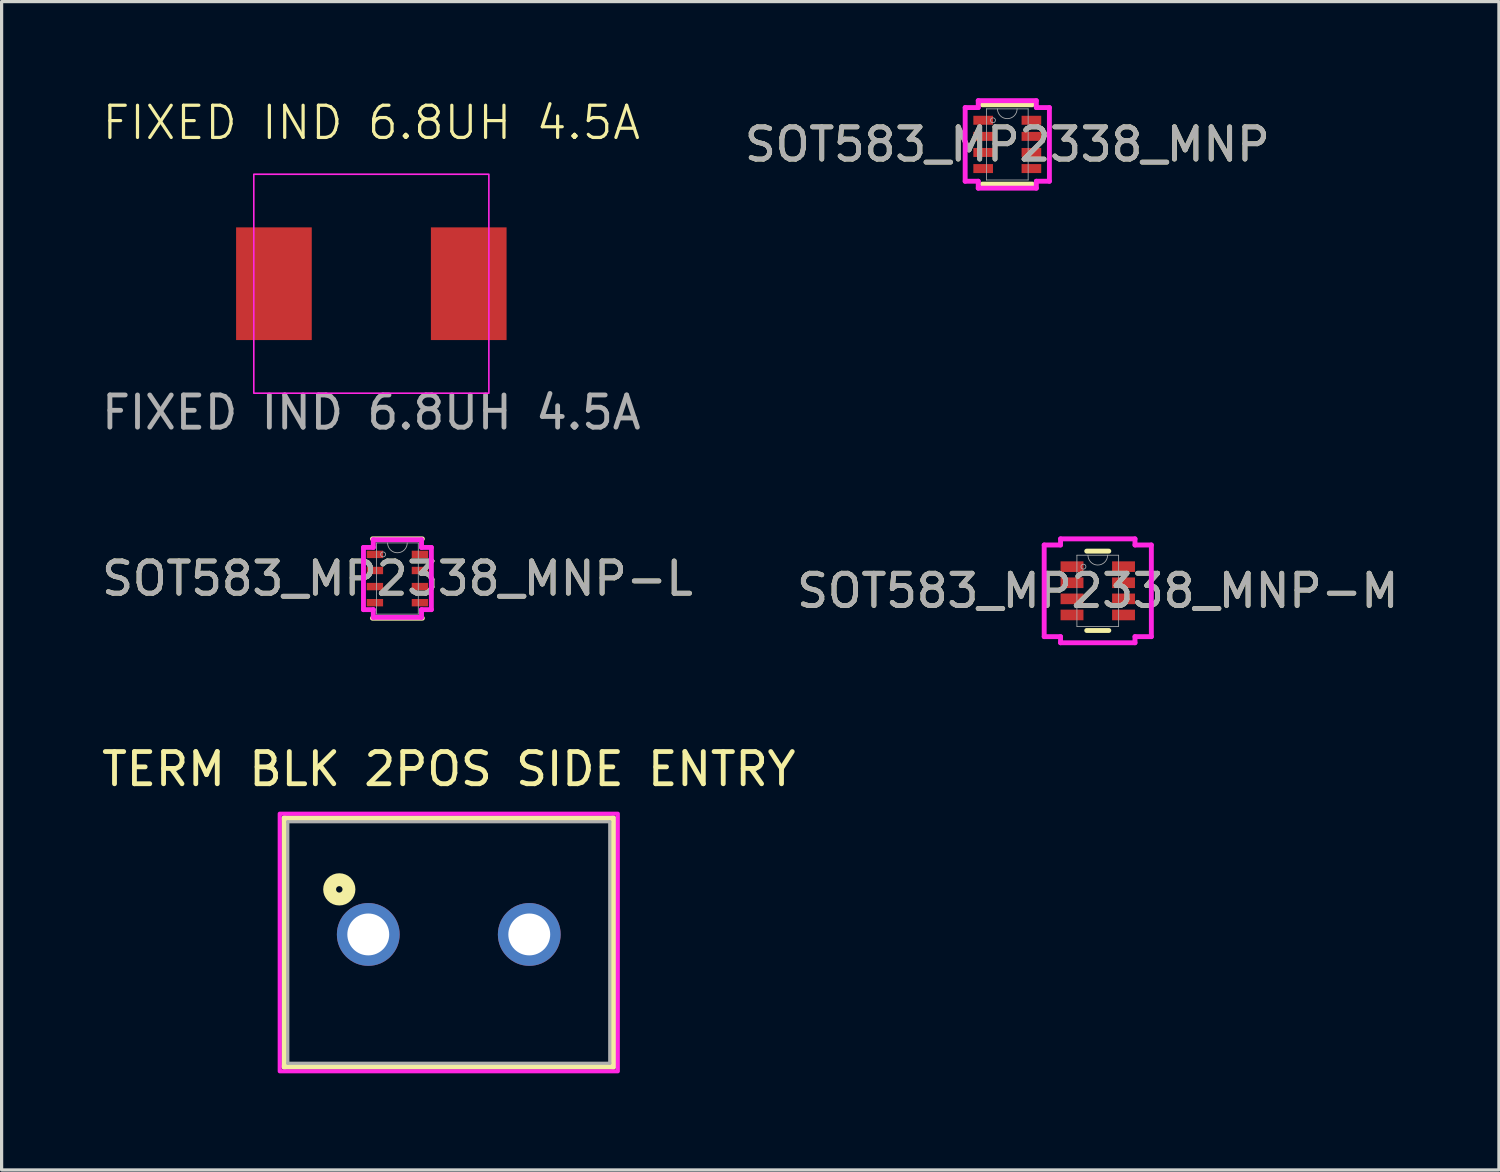
<source format=kicad_pcb>
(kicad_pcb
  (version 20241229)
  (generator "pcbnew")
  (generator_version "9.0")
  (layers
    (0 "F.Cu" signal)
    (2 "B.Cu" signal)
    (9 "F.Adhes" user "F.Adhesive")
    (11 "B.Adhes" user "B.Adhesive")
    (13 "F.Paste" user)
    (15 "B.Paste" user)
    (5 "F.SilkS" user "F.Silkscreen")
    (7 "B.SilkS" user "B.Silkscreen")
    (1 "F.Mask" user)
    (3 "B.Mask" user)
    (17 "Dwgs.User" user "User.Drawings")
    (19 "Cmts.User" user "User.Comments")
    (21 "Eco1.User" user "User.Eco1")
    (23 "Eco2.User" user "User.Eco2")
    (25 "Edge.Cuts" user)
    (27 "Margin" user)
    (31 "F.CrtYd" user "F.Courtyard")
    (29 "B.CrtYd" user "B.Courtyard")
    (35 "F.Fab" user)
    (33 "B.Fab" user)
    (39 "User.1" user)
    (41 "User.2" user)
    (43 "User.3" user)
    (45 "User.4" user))
  (footprint "TERM BLK 2POS SIDE ENTRY"
    (layer "F.Cu")
    (at 10.887 25.97)
    (property "Reference" "TERM BLK 2POS SIDE ENTRY" (at 0 -5.135 0) (layer "F.SilkS") (effects (font (size 1 1) (thickness 0.15))))
    (attr through_hole)
    (fp_line (start -5.1 -3.6) (end 5.1 -3.6) (stroke (width 0.2) (type solid)) (layer "F.SilkS"))
    (fp_line (start -5.1 4.1) (end -5.1 -3.6) (stroke (width 0.2) (type solid)) (layer "F.SilkS"))
    (fp_line (start 5.1 -3.6) (end 5.1 4.1) (stroke (width 0.2) (type solid)) (layer "F.SilkS"))
    (fp_line (start 5.1 4.1) (end -5.1 4.1) (stroke (width 0.2) (type solid)) (layer "F.SilkS"))
    (fp_circle (center -3.4 -1.4) (end -3.3 -1.4) (stroke (width 0.4) (type solid)) (fill no) (layer "F.SilkS"))
    (fp_poly (pts (xy -5.25 -3.75) (xy 5.25 -3.75) (xy 5.25 4.25) (xy -5.25 4.25)) (stroke (width 0.127) (type solid)) (fill no) (layer "F.CrtYd"))
    (fp_line (start -5 -3.5) (end 5 -3.5) (stroke (width 0.1) (type solid)) (layer "F.Fab"))
    (fp_line (start -5 4) (end -5 -3.5) (stroke (width 0.1) (type solid)) (layer "F.Fab"))
    (fp_line (start 5 -3.5) (end 5 4) (stroke (width 0.1) (type solid)) (layer "F.Fab"))
    (fp_line (start 5 4) (end -5 4) (stroke (width 0.1) (type solid)) (layer "F.Fab"))
    (pad "1" thru_hole circle (at -2.5 0) (size 1.95 1.95) (drill 1.3) (layers "*.Cu" "*.Mask"))
    (pad "2" thru_hole circle (at 2.5 0) (size 1.95 1.95) (drill 1.3) (layers "*.Cu" "*.Mask")))
  (footprint "SOT583_MP2338_MNP"
    (layer "F.Cu")
    (at 28.232 1.435)
    (property "Reference" "SOT583_MP2338_MNP" (at 0 0 0) (unlocked yes) (layer "F.SilkS") (effects (font (size 1 1) (thickness 0.15))))
    (attr smd)
    (fp_line (start -0.775 1.232) (end 0.775 1.232) (stroke (width 0.152) (type solid)) (layer "F.SilkS"))
    (fp_line (start 0.775 -1.232) (end -0.775 -1.232) (stroke (width 0.152) (type solid)) (layer "F.SilkS"))
    (fp_line (start -1.308 -1.144) (end -0.902 -1.144) (stroke (width 0.152) (type solid)) (layer "F.CrtYd"))
    (fp_line (start -1.308 1.144) (end -1.308 -1.144) (stroke (width 0.152) (type solid)) (layer "F.CrtYd"))
    (fp_line (start -0.902 -1.359) (end 0.902 -1.359) (stroke (width 0.152) (type solid)) (layer "F.CrtYd"))
    (fp_line (start -0.902 -1.144) (end -0.902 -1.359) (stroke (width 0.152) (type solid)) (layer "F.CrtYd"))
    (fp_line (start -0.902 1.144) (end -1.308 1.144) (stroke (width 0.152) (type solid)) (layer "F.CrtYd"))
    (fp_line (start -0.902 1.359) (end -0.902 1.144) (stroke (width 0.152) (type solid)) (layer "F.CrtYd"))
    (fp_line (start 0.902 -1.359) (end 0.902 -1.144) (stroke (width 0.152) (type solid)) (layer "F.CrtYd"))
    (fp_line (start 0.902 -1.144) (end 1.308 -1.144) (stroke (width 0.152) (type solid)) (layer "F.CrtYd"))
    (fp_line (start 0.902 1.144) (end 0.902 1.359) (stroke (width 0.152) (type solid)) (layer "F.CrtYd"))
    (fp_line (start 0.902 1.359) (end -0.902 1.359) (stroke (width 0.152) (type solid)) (layer "F.CrtYd"))
    (fp_line (start 1.308 -1.144) (end 1.308 1.144) (stroke (width 0.152) (type solid)) (layer "F.CrtYd"))
    (fp_line (start 1.308 1.144) (end 0.902 1.144) (stroke (width 0.152) (type solid)) (layer "F.CrtYd"))
    (fp_line (start -0.648 -1.105) (end -0.648 1.105) (stroke (width 0.025) (type solid)) (layer "F.Fab"))
    (fp_line (start -0.648 1.105) (end 0.648 1.105) (stroke (width 0.025) (type solid)) (layer "F.Fab"))
    (fp_line (start 0.648 -1.105) (end -0.648 -1.105) (stroke (width 0.025) (type solid)) (layer "F.Fab"))
    (fp_line (start 0.648 1.105) (end 0.648 -1.105) (stroke (width 0.025) (type solid)) (layer "F.Fab"))
    (fp_arc (start 0.3048 -1.1049) (mid 0 -0.8001) (end -0.3048 -1.1049) (stroke (width 0.0254) (type solid)) (layer "F.Fab"))
    (fp_circle (center -0.445 -0.75) (end -0.368 -0.75) (stroke (width 0.025) (type solid)) (fill no) (layer "F.Fab"))
    (fp_text user "${REFERENCE}" (at 0 0 0) (unlocked yes) (layer "F.Fab") (effects (font (size 1 1) (thickness 0.15))))
    (pad "1" smd rect (at -0.749 -0.75) (size 0.61 0.279) (layers "F.Cu" "F.Mask" "F.Paste"))
    (pad "2" smd rect (at -0.749 -0.25) (size 0.61 0.279) (layers "F.Cu" "F.Mask" "F.Paste"))
    (pad "3" smd rect (at -0.749 0.25) (size 0.61 0.279) (layers "F.Cu" "F.Mask" "F.Paste"))
    (pad "4" smd rect (at -0.749 0.75) (size 0.61 0.279) (layers "F.Cu" "F.Mask" "F.Paste"))
    (pad "5" smd rect (at 0.749 0.75) (size 0.61 0.279) (layers "F.Cu" "F.Mask" "F.Paste"))
    (pad "6" smd rect (at 0.749 0.25) (size 0.61 0.279) (layers "F.Cu" "F.Mask" "F.Paste"))
    (pad "7" smd rect (at 0.749 -0.25) (size 0.61 0.279) (layers "F.Cu" "F.Mask" "F.Paste"))
    (pad "8" smd rect (at 0.749 -0.75) (size 0.61 0.279) (layers "F.Cu" "F.Mask" "F.Paste")))
  (footprint "FIXED IND 6.8UH 4.5A"
    (layer "F.Cu")
    (at 8.482 5.761)
    (property "Reference" "FIXED IND 6.8UH 4.5A" (at 0 -5 0) (unlocked yes) (layer "F.SilkS") (effects (font (size 1 1) (thickness 0.1))))
    (attr through_hole)
    (fp_rect (start -3.65 -3.4) (end 3.65 3.4) (stroke (width 0.05) (type solid)) (fill no) (layer "F.CrtYd"))
    (fp_text user "${REFERENCE}" (at 0 4 0) (unlocked yes) (layer "F.Fab") (effects (font (size 1 1) (thickness 0.15))))
    (pad "1" smd rect (at -3.025 0) (size 2.35 3.5) (layers "F.Cu" "F.Mask" "F.Paste"))
    (pad "2" smd rect (at 3.025 0) (size 2.35 3.5) (layers "F.Cu" "F.Mask" "F.Paste")))
  (footprint "SOT583_MP2338_MNP-M"
    (layer "F.Cu")
    (at 31.042 15.298)
    (property "Reference" "SOT583_MP2338_MNP-M" (at 0 0 0) (unlocked yes) (layer "F.SilkS") (effects (font (size 1 1) (thickness 0.15))))
    (attr smd)
    (fp_line (start -0.343 1.232) (end 0.343 1.232) (stroke (width 0.152) (type solid)) (layer "F.SilkS"))
    (fp_line (start 0.343 -1.232) (end -0.343 -1.232) (stroke (width 0.152) (type solid)) (layer "F.SilkS"))
    (fp_line (start -1.664 -1.423) (end -1.156 -1.423) (stroke (width 0.152) (type solid)) (layer "F.CrtYd"))
    (fp_line (start -1.664 1.423) (end -1.664 -1.423) (stroke (width 0.152) (type solid)) (layer "F.CrtYd"))
    (fp_line (start -1.156 -1.613) (end 1.156 -1.613) (stroke (width 0.152) (type solid)) (layer "F.CrtYd"))
    (fp_line (start -1.156 -1.423) (end -1.156 -1.613) (stroke (width 0.152) (type solid)) (layer "F.CrtYd"))
    (fp_line (start -1.156 1.423) (end -1.664 1.423) (stroke (width 0.152) (type solid)) (layer "F.CrtYd"))
    (fp_line (start -1.156 1.613) (end -1.156 1.423) (stroke (width 0.152) (type solid)) (layer "F.CrtYd"))
    (fp_line (start 1.156 -1.613) (end 1.156 -1.423) (stroke (width 0.152) (type solid)) (layer "F.CrtYd"))
    (fp_line (start 1.156 -1.423) (end 1.664 -1.423) (stroke (width 0.152) (type solid)) (layer "F.CrtYd"))
    (fp_line (start 1.156 1.423) (end 1.156 1.613) (stroke (width 0.152) (type solid)) (layer "F.CrtYd"))
    (fp_line (start 1.156 1.613) (end -1.156 1.613) (stroke (width 0.152) (type solid)) (layer "F.CrtYd"))
    (fp_line (start 1.664 -1.423) (end 1.664 1.423) (stroke (width 0.152) (type solid)) (layer "F.CrtYd"))
    (fp_line (start 1.664 1.423) (end 1.156 1.423) (stroke (width 0.152) (type solid)) (layer "F.CrtYd"))
    (fp_line (start -0.648 -1.105) (end -0.648 1.105) (stroke (width 0.025) (type solid)) (layer "F.Fab"))
    (fp_line (start -0.648 1.105) (end 0.648 1.105) (stroke (width 0.025) (type solid)) (layer "F.Fab"))
    (fp_line (start 0.648 -1.105) (end -0.648 -1.105) (stroke (width 0.025) (type solid)) (layer "F.Fab"))
    (fp_line (start 0.648 1.105) (end 0.648 -1.105) (stroke (width 0.025) (type solid)) (layer "F.Fab"))
    (fp_arc (start 0.3048 -1.1049) (mid 0 -0.8001) (end -0.3048 -1.1049) (stroke (width 0.0254) (type solid)) (layer "F.Fab"))
    (fp_circle (center -0.445 -0.75) (end -0.368 -0.75) (stroke (width 0.025) (type solid)) (fill no) (layer "F.Fab"))
    (fp_text user "${REFERENCE}" (at 0 0 0) (unlocked yes) (layer "F.Fab") (effects (font (size 1 1) (thickness 0.15))))
    (pad "1" smd rect (at -0.8 -0.75) (size 0.711 0.33) (layers "F.Cu" "F.Mask" "F.Paste"))
    (pad "2" smd rect (at -0.8 -0.25) (size 0.711 0.33) (layers "F.Cu" "F.Mask" "F.Paste"))
    (pad "3" smd rect (at -0.8 0.25) (size 0.711 0.33) (layers "F.Cu" "F.Mask" "F.Paste"))
    (pad "4" smd rect (at -0.8 0.75) (size 0.711 0.33) (layers "F.Cu" "F.Mask" "F.Paste"))
    (pad "5" smd rect (at 0.8 0.75) (size 0.711 0.33) (layers "F.Cu" "F.Mask" "F.Paste"))
    (pad "6" smd rect (at 0.8 0.25) (size 0.711 0.33) (layers "F.Cu" "F.Mask" "F.Paste"))
    (pad "7" smd rect (at 0.8 -0.25) (size 0.711 0.33) (layers "F.Cu" "F.Mask" "F.Paste"))
    (pad "8" smd rect (at 0.8 -0.75) (size 0.711 0.33) (layers "F.Cu" "F.Mask" "F.Paste")))
  (footprint "SOT583_MP2338_MNP-L"
    (layer "F.Cu")
    (at 9.292 14.917)
    (property "Reference" "SOT583_MP2338_MNP-L" (at 0 0 0) (unlocked yes) (layer "F.SilkS") (effects (font (size 1 1) (thickness 0.15))))
    (attr smd)
    (fp_line (start -0.775 1.232) (end 0.775 1.232) (stroke (width 0.152) (type solid)) (layer "F.SilkS"))
    (fp_line (start 0.775 -1.232) (end -0.775 -1.232) (stroke (width 0.152) (type solid)) (layer "F.SilkS"))
    (fp_line (start -1.054 -0.966) (end -0.749 -0.966) (stroke (width 0.152) (type solid)) (layer "F.CrtYd"))
    (fp_line (start -1.054 0.966) (end -1.054 -0.966) (stroke (width 0.152) (type solid)) (layer "F.CrtYd"))
    (fp_line (start -0.749 -1.206) (end 0.749 -1.206) (stroke (width 0.152) (type solid)) (layer "F.CrtYd"))
    (fp_line (start -0.749 -0.966) (end -0.749 -1.206) (stroke (width 0.152) (type solid)) (layer "F.CrtYd"))
    (fp_line (start -0.749 0.966) (end -1.054 0.966) (stroke (width 0.152) (type solid)) (layer "F.CrtYd"))
    (fp_line (start -0.749 1.206) (end -0.749 0.966) (stroke (width 0.152) (type solid)) (layer "F.CrtYd"))
    (fp_line (start 0.749 -1.206) (end 0.749 -0.966) (stroke (width 0.152) (type solid)) (layer "F.CrtYd"))
    (fp_line (start 0.749 -0.966) (end 1.054 -0.966) (stroke (width 0.152) (type solid)) (layer "F.CrtYd"))
    (fp_line (start 0.749 0.966) (end 0.749 1.206) (stroke (width 0.152) (type solid)) (layer "F.CrtYd"))
    (fp_line (start 0.749 1.206) (end -0.749 1.206) (stroke (width 0.152) (type solid)) (layer "F.CrtYd"))
    (fp_line (start 1.054 -0.966) (end 1.054 0.966) (stroke (width 0.152) (type solid)) (layer "F.CrtYd"))
    (fp_line (start 1.054 0.966) (end 0.749 0.966) (stroke (width 0.152) (type solid)) (layer "F.CrtYd"))
    (fp_line (start -0.648 -1.105) (end -0.648 1.105) (stroke (width 0.025) (type solid)) (layer "F.Fab"))
    (fp_line (start -0.648 1.105) (end 0.648 1.105) (stroke (width 0.025) (type solid)) (layer "F.Fab"))
    (fp_line (start 0.648 -1.105) (end -0.648 -1.105) (stroke (width 0.025) (type solid)) (layer "F.Fab"))
    (fp_line (start 0.648 1.105) (end 0.648 -1.105) (stroke (width 0.025) (type solid)) (layer "F.Fab"))
    (fp_arc (start 0.3048 -1.1049) (mid 0 -0.8001) (end -0.3048 -1.1049) (stroke (width 0.0254) (type solid)) (layer "F.Fab"))
    (fp_circle (center -0.445 -0.75) (end -0.368 -0.75) (stroke (width 0.025) (type solid)) (fill no) (layer "F.Fab"))
    (fp_text user "${REFERENCE}" (at 0 0 0) (unlocked yes) (layer "F.Fab") (effects (font (size 1 1) (thickness 0.15))))
    (pad "1" smd rect (at -0.699 -0.75) (size 0.508 0.229) (layers "F.Cu" "F.Mask" "F.Paste"))
    (pad "2" smd rect (at -0.699 -0.25) (size 0.508 0.229) (layers "F.Cu" "F.Mask" "F.Paste"))
    (pad "3" smd rect (at -0.699 0.25) (size 0.508 0.229) (layers "F.Cu" "F.Mask" "F.Paste"))
    (pad "4" smd rect (at -0.699 0.75) (size 0.508 0.229) (layers "F.Cu" "F.Mask" "F.Paste"))
    (pad "5" smd rect (at 0.699 0.75) (size 0.508 0.229) (layers "F.Cu" "F.Mask" "F.Paste"))
    (pad "6" smd rect (at 0.699 0.25) (size 0.508 0.229) (layers "F.Cu" "F.Mask" "F.Paste"))
    (pad "7" smd rect (at 0.699 -0.25) (size 0.508 0.229) (layers "F.Cu" "F.Mask" "F.Paste"))
    (pad "8" smd rect (at 0.699 -0.75) (size 0.508 0.229) (layers "F.Cu" "F.Mask" "F.Paste")))
  (gr_rect
    (start -3 -3)
    (end 43.5 33.284)
    (stroke (width 0.1) (type default))
    (fill no)
    (layer "Edge.Cuts")))
</source>
